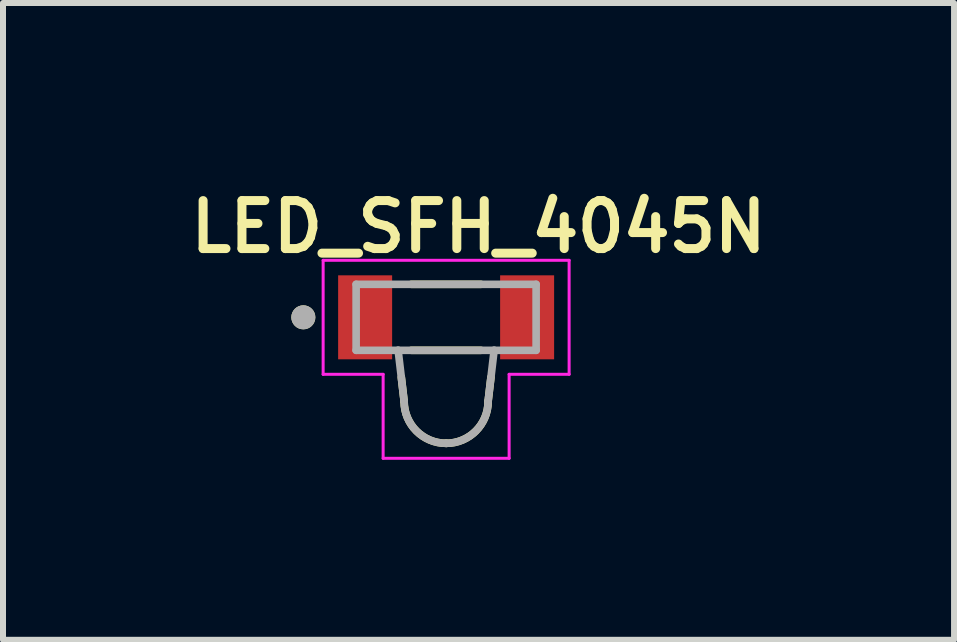
<source format=kicad_pcb>
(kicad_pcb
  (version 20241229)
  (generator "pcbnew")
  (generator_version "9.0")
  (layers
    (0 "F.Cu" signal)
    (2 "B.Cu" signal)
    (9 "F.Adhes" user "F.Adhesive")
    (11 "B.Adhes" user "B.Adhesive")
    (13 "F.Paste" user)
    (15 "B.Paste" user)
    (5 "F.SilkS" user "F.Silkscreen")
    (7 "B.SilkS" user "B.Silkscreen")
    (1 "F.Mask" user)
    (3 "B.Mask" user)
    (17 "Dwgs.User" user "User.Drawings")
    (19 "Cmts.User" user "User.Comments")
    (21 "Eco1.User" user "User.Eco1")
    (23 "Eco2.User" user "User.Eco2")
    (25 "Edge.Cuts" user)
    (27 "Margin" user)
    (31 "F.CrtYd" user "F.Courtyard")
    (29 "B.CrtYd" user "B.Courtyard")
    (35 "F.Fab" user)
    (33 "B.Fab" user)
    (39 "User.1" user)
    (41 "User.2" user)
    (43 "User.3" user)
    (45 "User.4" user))
  (footprint "LED_SFH_4045N"
    (layer "F.Cu")
    (at 4.386 2.239)
    (property "Reference" "LED_SFH_4045N" (at 0.54 -1.508 0) (layer "F.SilkS") (effects (font (size 0.8 0.8) (thickness 0.15))))
    (attr through_hole)
    (fp_line (start -0.7 1.4) (end -0.747 1) (stroke (width 0.127) (type solid)) (layer "F.SilkS"))
    (fp_line (start -0.58 -0.55) (end 0.58 -0.55) (stroke (width 0.127) (type solid)) (layer "F.SilkS"))
    (fp_line (start 0.58 0.55) (end -0.58 0.55) (stroke (width 0.127) (type solid)) (layer "F.SilkS"))
    (fp_line (start 0.747 1) (end 0.7 1.4) (stroke (width 0.127) (type solid)) (layer "F.SilkS"))
    (fp_arc (start 0 2.1) (mid -0.494975 1.894975) (end -0.7 1.4) (stroke (width 0.127) (type solid)) (layer "F.SilkS"))
    (fp_arc (start 0.7 1.4) (mid 0.494975 1.894975) (end 0 2.1) (stroke (width 0.127) (type solid)) (layer "F.SilkS"))
    (fp_circle (center -2.38 0) (end -2.28 0) (stroke (width 0.2) (type solid)) (fill no) (layer "F.SilkS"))
    (fp_line (start -2.05 -0.95) (end 2.05 -0.95) (stroke (width 0.05) (type solid)) (layer "F.CrtYd"))
    (fp_line (start -2.05 0.95) (end -2.05 -0.95) (stroke (width 0.05) (type solid)) (layer "F.CrtYd"))
    (fp_line (start -1.05 0.95) (end -2.05 0.95) (stroke (width 0.05) (type solid)) (layer "F.CrtYd"))
    (fp_line (start -1.05 2.35) (end -1.05 0.95) (stroke (width 0.05) (type solid)) (layer "F.CrtYd"))
    (fp_line (start 1.05 0.95) (end 1.05 2.35) (stroke (width 0.05) (type solid)) (layer "F.CrtYd"))
    (fp_line (start 1.05 2.35) (end -1.05 2.35) (stroke (width 0.05) (type solid)) (layer "F.CrtYd"))
    (fp_line (start 2.05 -0.95) (end 2.05 0.95) (stroke (width 0.05) (type solid)) (layer "F.CrtYd"))
    (fp_line (start 2.05 0.95) (end 1.05 0.95) (stroke (width 0.05) (type solid)) (layer "F.CrtYd"))
    (fp_line (start -1.5 -0.55) (end 1.5 -0.55) (stroke (width 0.127) (type solid)) (layer "F.Fab"))
    (fp_line (start -1.5 0.55) (end -1.5 -0.55) (stroke (width 0.127) (type solid)) (layer "F.Fab"))
    (fp_line (start -0.8 0.55) (end -1.5 0.55) (stroke (width 0.127) (type solid)) (layer "F.Fab"))
    (fp_line (start -0.7 1.4) (end -0.8 0.55) (stroke (width 0.127) (type solid)) (layer "F.Fab"))
    (fp_line (start 0.8 0.55) (end -0.8 0.55) (stroke (width 0.127) (type solid)) (layer "F.Fab"))
    (fp_line (start 0.8 0.55) (end 0.7 1.4) (stroke (width 0.127) (type solid)) (layer "F.Fab"))
    (fp_line (start 1.5 -0.55) (end 1.5 0.55) (stroke (width 0.127) (type solid)) (layer "F.Fab"))
    (fp_line (start 1.5 0.55) (end 0.8 0.55) (stroke (width 0.127) (type solid)) (layer "F.Fab"))
    (fp_arc (start 0 2.1) (mid -0.494975 1.894975) (end -0.7 1.4) (stroke (width 0.127) (type solid)) (layer "F.Fab"))
    (fp_arc (start 0.7 1.4) (mid 0.494975 1.894975) (end 0 2.1) (stroke (width 0.127) (type solid)) (layer "F.Fab"))
    (fp_circle (center -2.38 0) (end -2.28 0) (stroke (width 0.2) (type solid)) (fill no) (layer "F.Fab"))
    (pad "1" smd rect (at -1.35 0) (size 0.9 1.4) (layers "F.Cu" "F.Mask" "F.Paste"))
    (pad "2" smd rect (at 1.35 0) (size 0.9 1.4) (layers "F.Cu" "F.Mask" "F.Paste")))
  (gr_rect
    (start -3 -3)
    (end 12.852 7.614)
    (stroke (width 0.1) (type default))
    (fill no)
    (layer "Edge.Cuts")))
</source>
